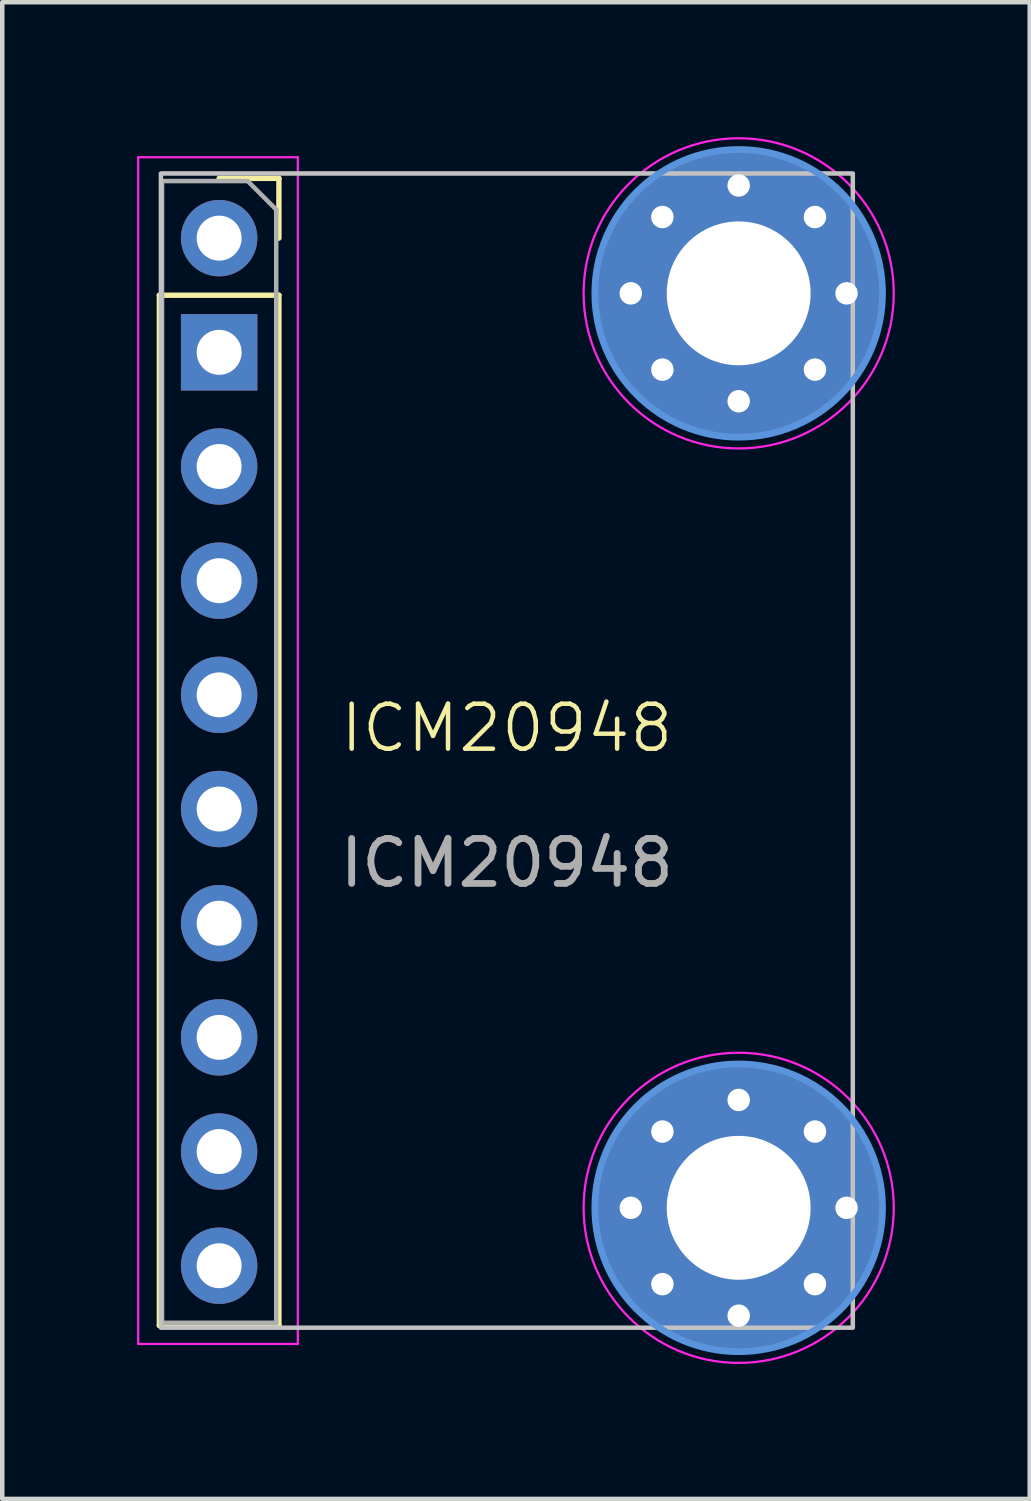
<source format=kicad_pcb>
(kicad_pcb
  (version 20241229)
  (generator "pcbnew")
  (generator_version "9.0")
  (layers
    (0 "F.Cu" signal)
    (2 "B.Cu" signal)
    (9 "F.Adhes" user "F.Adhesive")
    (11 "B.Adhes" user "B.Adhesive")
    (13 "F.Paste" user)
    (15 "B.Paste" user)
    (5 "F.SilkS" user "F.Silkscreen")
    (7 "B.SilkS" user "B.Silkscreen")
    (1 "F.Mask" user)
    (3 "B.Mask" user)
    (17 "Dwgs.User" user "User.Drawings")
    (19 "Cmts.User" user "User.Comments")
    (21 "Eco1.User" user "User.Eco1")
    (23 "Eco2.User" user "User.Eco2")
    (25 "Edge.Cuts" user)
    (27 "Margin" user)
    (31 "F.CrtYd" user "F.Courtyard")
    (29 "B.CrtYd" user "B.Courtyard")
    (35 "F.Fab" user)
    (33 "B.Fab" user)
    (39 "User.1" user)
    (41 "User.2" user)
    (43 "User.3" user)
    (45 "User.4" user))
  (footprint "ICM20948"
    (layer "F.Cu")
    (at 8.226 13.648)
    (property "Reference" "ICM20948" (at 0 -0.5 0) (unlocked yes) (layer "F.SilkS") (effects (font (size 1 1) (thickness 0.1))))
    (attr smd)
    (fp_line (start -7.731 -10.13) (end -7.731 12.79) (stroke (width 0.12) (type solid)) (layer "F.SilkS"))
    (fp_line (start -7.731 -10.13) (end -5.071 -10.13) (stroke (width 0.12) (type solid)) (layer "F.SilkS"))
    (fp_line (start -7.731 12.79) (end -5.071 12.79) (stroke (width 0.12) (type solid)) (layer "F.SilkS"))
    (fp_line (start -6.401 -12.73) (end -5.071 -12.73) (stroke (width 0.12) (type solid)) (layer "F.SilkS"))
    (fp_line (start -5.071 -12.73) (end -5.071 -11.4) (stroke (width 0.12) (type solid)) (layer "F.SilkS"))
    (fp_line (start -5.071 -10.13) (end -5.071 12.79) (stroke (width 0.12) (type solid)) (layer "F.SilkS"))
    (fp_rect (start -7.696 -12.839) (end 7.696 12.839) (stroke (width 0.1) (type default)) (fill no) (layer "Dwgs.User"))
    (fp_circle (center 5.157 -10.172) (end 8.357 -10.172) (stroke (width 0.15) (type solid)) (fill no) (layer "Cmts.User"))
    (fp_circle (center 5.157 10.172) (end 8.357 10.172) (stroke (width 0.15) (type solid)) (fill no) (layer "Cmts.User"))
    (fp_line (start -8.201 -13.2) (end -4.651 -13.2) (stroke (width 0.05) (type solid)) (layer "F.CrtYd"))
    (fp_line (start -8.201 13.2) (end -8.201 -13.2) (stroke (width 0.05) (type solid)) (layer "F.CrtYd"))
    (fp_line (start -4.651 -13.2) (end -4.651 13.2) (stroke (width 0.05) (type solid)) (layer "F.CrtYd"))
    (fp_line (start -4.651 13.2) (end -8.201 13.2) (stroke (width 0.05) (type solid)) (layer "F.CrtYd"))
    (fp_circle (center 5.157 -10.172) (end 8.607 -10.172) (stroke (width 0.05) (type solid)) (fill no) (layer "F.CrtYd"))
    (fp_circle (center 5.157 10.172) (end 8.607 10.172) (stroke (width 0.05) (type solid)) (fill no) (layer "F.CrtYd"))
    (fp_line (start -7.671 -12.67) (end -5.766 -12.67) (stroke (width 0.1) (type solid)) (layer "F.Fab"))
    (fp_line (start -7.671 12.73) (end -7.671 -12.67) (stroke (width 0.1) (type solid)) (layer "F.Fab"))
    (fp_line (start -5.766 -12.67) (end -5.131 -12.035) (stroke (width 0.1) (type solid)) (layer "F.Fab"))
    (fp_line (start -5.131 -12.035) (end -5.131 12.73) (stroke (width 0.1) (type solid)) (layer "F.Fab"))
    (fp_line (start -5.131 12.73) (end -7.671 12.73) (stroke (width 0.1) (type solid)) (layer "F.Fab"))
    (fp_text user "${REFERENCE}" (at 0 2.5 0) (unlocked yes) (layer "F.Fab") (effects (font (size 1 1) (thickness 0.15))))
    (pad "1" thru_hole circle (at -6.401 -11.4) (size 1.7 1.7) (drill 1) (layers "*.Cu" "*.Mask"))
    (pad "2" thru_hole rect (at -6.401 -8.86) (size 1.7 1.7) (drill 1) (layers "*.Cu" "*.Mask"))
    (pad "3" thru_hole oval (at -6.401 -6.32) (size 1.7 1.7) (drill 1) (layers "*.Cu" "*.Mask"))
    (pad "4" thru_hole oval (at -6.401 -3.78) (size 1.7 1.7) (drill 1) (layers "*.Cu" "*.Mask"))
    (pad "5" thru_hole oval (at -6.401 -1.24) (size 1.7 1.7) (drill 1) (layers "*.Cu" "*.Mask"))
    (pad "6" thru_hole oval (at -6.401 1.3) (size 1.7 1.7) (drill 1) (layers "*.Cu" "*.Mask"))
    (pad "7" thru_hole oval (at -6.401 3.84) (size 1.7 1.7) (drill 1) (layers "*.Cu" "*.Mask"))
    (pad "8" thru_hole oval (at -6.401 6.38) (size 1.7 1.7) (drill 1) (layers "*.Cu" "*.Mask"))
    (pad "9" thru_hole oval (at -6.401 8.92) (size 1.7 1.7) (drill 1) (layers "*.Cu" "*.Mask"))
    (pad "10" thru_hole oval (at -6.401 11.46) (size 1.7 1.7) (drill 1) (layers "*.Cu" "*.Mask"))
    (pad "11" thru_hole circle (at 2.757 -10.172) (size 0.8 0.8) (drill 0.5) (layers "*.Cu" "*.Mask"))
    (pad "11" thru_hole circle (at 3.46 -11.87) (size 0.8 0.8) (drill 0.5) (layers "*.Cu" "*.Mask"))
    (pad "11" thru_hole circle (at 3.46 -8.475) (size 0.8 0.8) (drill 0.5) (layers "*.Cu" "*.Mask"))
    (pad "11" thru_hole circle (at 5.157 -12.572) (size 0.8 0.8) (drill 0.5) (layers "*.Cu" "*.Mask"))
    (pad "11" thru_hole circle (at 5.157 -10.172) (size 6.4 6.4) (drill 3.2) (layers "*.Cu" "*.Mask"))
    (pad "11" thru_hole circle (at 5.157 -7.772) (size 0.8 0.8) (drill 0.5) (layers "*.Cu" "*.Mask"))
    (pad "11" thru_hole circle (at 6.854 -11.87) (size 0.8 0.8) (drill 0.5) (layers "*.Cu" "*.Mask"))
    (pad "11" thru_hole circle (at 6.854 -8.475) (size 0.8 0.8) (drill 0.5) (layers "*.Cu" "*.Mask"))
    (pad "11" thru_hole circle (at 7.557 -10.172) (size 0.8 0.8) (drill 0.5) (layers "*.Cu" "*.Mask"))
    (pad "12" thru_hole circle (at 2.757 10.172) (size 0.8 0.8) (drill 0.5) (layers "*.Cu" "*.Mask"))
    (pad "12" thru_hole circle (at 3.46 8.475) (size 0.8 0.8) (drill 0.5) (layers "*.Cu" "*.Mask"))
    (pad "12" thru_hole circle (at 3.46 11.87) (size 0.8 0.8) (drill 0.5) (layers "*.Cu" "*.Mask"))
    (pad "12" thru_hole circle (at 5.157 7.772) (size 0.8 0.8) (drill 0.5) (layers "*.Cu" "*.Mask"))
    (pad "12" thru_hole circle (at 5.157 10.172) (size 6.4 6.4) (drill 3.2) (layers "*.Cu" "*.Mask"))
    (pad "12" thru_hole circle (at 5.157 12.572) (size 0.8 0.8) (drill 0.5) (layers "*.Cu" "*.Mask"))
    (pad "12" thru_hole circle (at 6.854 8.475) (size 0.8 0.8) (drill 0.5) (layers "*.Cu" "*.Mask"))
    (pad "12" thru_hole circle (at 6.854 11.87) (size 0.8 0.8) (drill 0.5) (layers "*.Cu" "*.Mask"))
    (pad "12" thru_hole circle (at 7.557 10.172) (size 0.8 0.8) (drill 0.5) (layers "*.Cu" "*.Mask")))
  (gr_rect
    (start -3 -3)
    (end 19.858 30.295)
    (stroke (width 0.1) (type default))
    (fill no)
    (layer "Edge.Cuts")))
</source>
